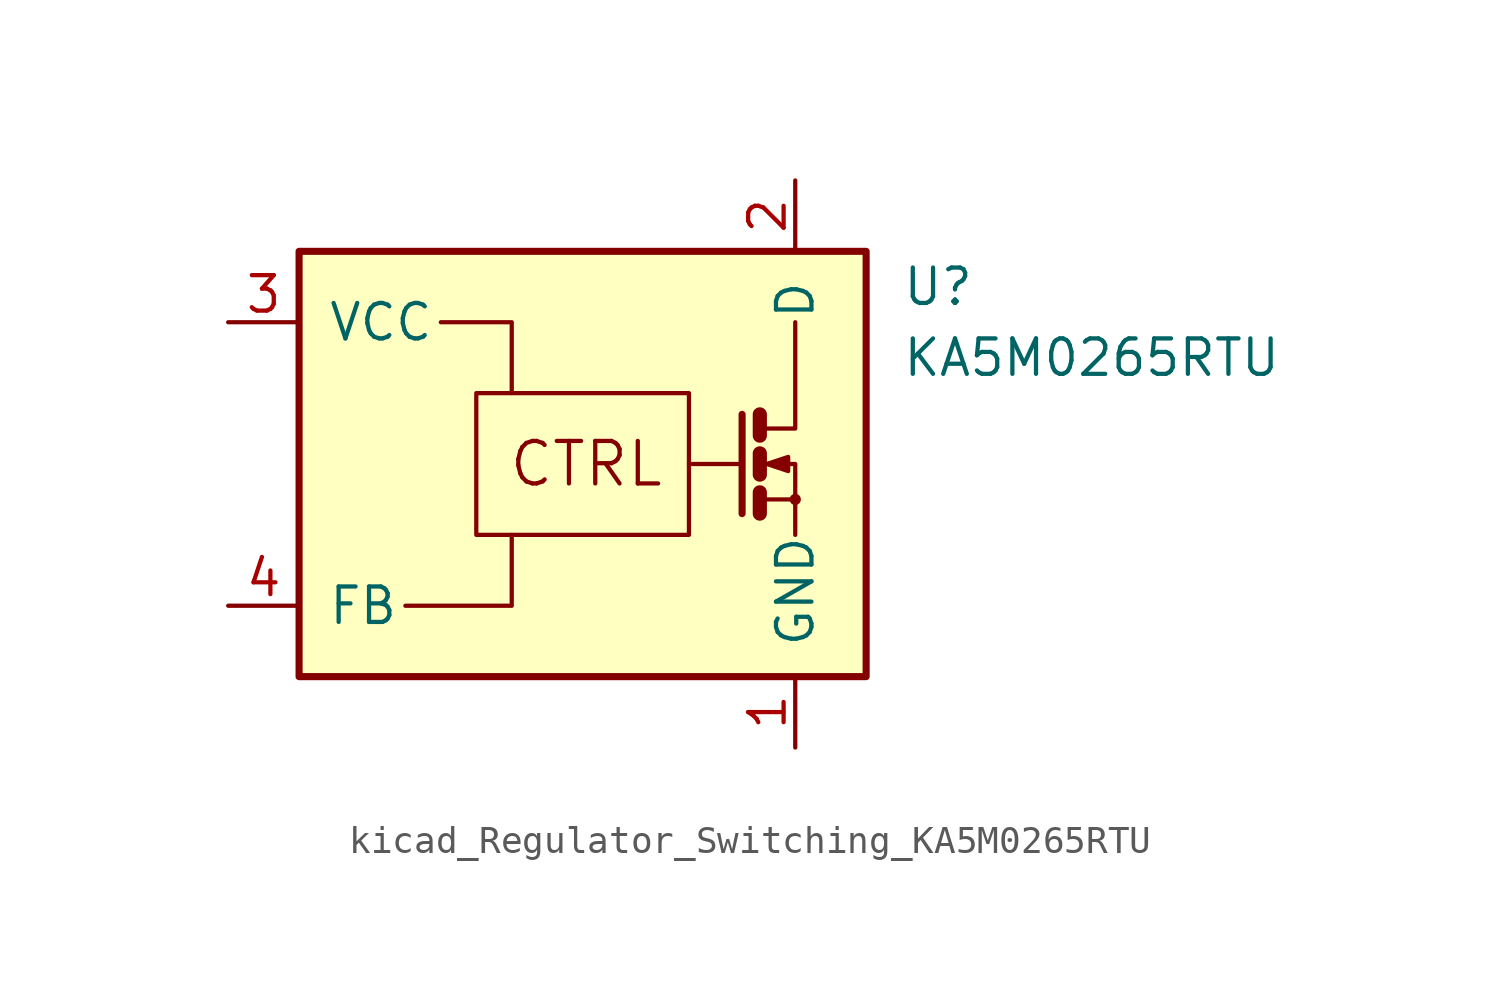
<source format=kicad_sym>
(kicad_symbol_lib
  (version 20220914)
  (generator kicad_symbol_editor)
  (symbol "kicad_Regulator_Switching_KA5M0265RTU"
    (pin_names
      (offset 1.016))
    (property "Reference" "U"
      (at 11.43 6.35 0)
      (effects (font (size 1.27 1.27)) (justify left)))
    (property "Value" "KA5M0265RTU"
      (at 11.43 3.81 0)
      (effects (font (size 1.27 1.27)) (justify left)))
    (symbol "kicad_Regulator_Switching_KA5M0265RTU_0_0"
      (rectangle (start -10.16 7.62) (end 10.16 -7.62) (stroke (width 0.254) (type default)) (fill (type background)))
      (rectangle (start -3.81 2.54) (end 3.81 -2.54) (stroke (width 0) (type default)) (fill (type none)))
      (polyline (pts (xy 3.81 0) (xy 5.715 0)) (stroke (width 0) (type default)) (fill (type none)))
      (polyline (pts (xy 5.715 1.778) (xy 5.715 -1.778)) (stroke (width 0.254) (type default)) (fill (type none)))
      (polyline (pts (xy 6.35 -1.27) (xy 7.62 -1.27)) (stroke (width 0) (type default)) (fill (type none)))
      (polyline (pts (xy 6.35 -1.016) (xy 6.35 -1.778)) (stroke (width 0.508) (type default)) (fill (type none)))
      (polyline (pts (xy 6.35 0.381) (xy 6.35 -0.381)) (stroke (width 0.508) (type default)) (fill (type none)))
      (polyline (pts (xy 6.35 1.778) (xy 6.35 1.016)) (stroke (width 0.508) (type default)) (fill (type none)))
      (polyline (pts (xy -6.35 -5.08) (xy -2.54 -5.08) (xy -2.54 -2.54)) (stroke (width 0) (type default)) (fill (type none)))
      (polyline (pts (xy -5.08 5.08) (xy -2.54 5.08) (xy -2.54 2.54)) (stroke (width 0) (type default)) (fill (type none)))
      (polyline (pts (xy 6.35 1.27) (xy 7.62 1.27) (xy 7.62 5.08)) (stroke (width 0) (type default)) (fill (type none)))
      (polyline (pts (xy 7.62 -2.54) (xy 7.62 0) (xy 6.35 0)) (stroke (width 0) (type default)) (fill (type none)))
      (polyline (pts (xy 6.604 0) (xy 7.366 0.254) (xy 7.366 -0.254) (xy 6.604 0)) (stroke (width 0) (type default)) (fill (type outline)))
      (circle (center 7.62 -1.27) (radius 0.127) (stroke (width 0) (type default)) (fill (type none)))
      (text "CTRL" (at 0.127 0 0) (effects (font (size 1.524 1.524)))))
    (symbol "kicad_Regulator_Switching_KA5M0265RTU_1_1"
      (pin power_in line (at 7.62 -10.16 90) (length 2.54) (name "GND" (effects (font (size 1.27 1.27)))) (number "1" (effects (font (size 1.27 1.27)))))
      (pin passive line (at 7.62 10.16 270) (length 2.54) (name "D" (effects (font (size 1.27 1.27)))) (number "2" (effects (font (size 1.27 1.27)))))
      (pin power_in line (at -12.7 5.08 0) (length 2.54) (name "VCC" (effects (font (size 1.27 1.27)))) (number "3" (effects (font (size 1.27 1.27)))))
      (pin passive line (at -12.7 -5.08 0) (length 2.54) (name "FB" (effects (font (size 1.27 1.27)))) (number "4" (effects (font (size 1.27 1.27))))))))
</source>
